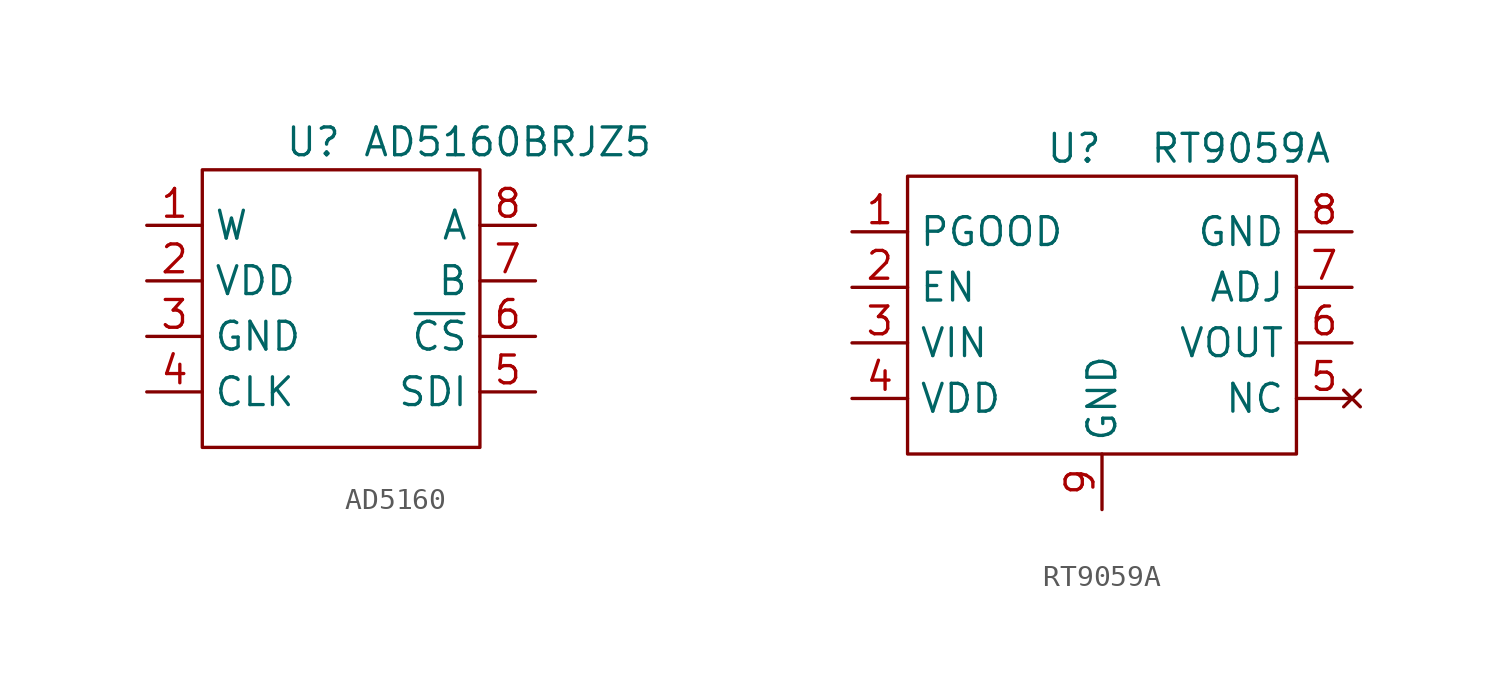
<source format=kicad_sym>
(kicad_symbol_lib
  (version 20220914)
  (generator kicad_symbol_editor)
  (symbol "AD5160"
    (property "Reference" "U"
      (at -1.27 1.27 0)
      (effects (font (size 1.27 1.27))))
    (property "Value" "AD5160BRJZ5"
      (at 7.62 1.27 0)
      (effects (font (size 1.27 1.27))))
    (symbol "AD5160_0_1"
      (rectangle (start -6.35 0) (end 6.35 -12.7) (stroke (width 0) (type default)) (fill (type none))))
    (symbol "AD5160_1_1"
      (pin bidirectional line (at -8.89 -2.54 0) (length 2.54) (name "W" (effects (font (size 1.27 1.27)))) (number "1" (effects (font (size 1.27 1.27)))))
      (pin power_in line (at -8.89 -5.08 0) (length 2.54) (name "VDD" (effects (font (size 1.27 1.27)))) (number "2" (effects (font (size 1.27 1.27)))))
      (pin power_in line (at -8.89 -7.62 0) (length 2.54) (name "GND" (effects (font (size 1.27 1.27)))) (number "3" (effects (font (size 1.27 1.27)))))
      (pin input line (at -8.89 -10.16 0) (length 2.54) (name "CLK" (effects (font (size 1.27 1.27)))) (number "4" (effects (font (size 1.27 1.27)))))
      (pin input line (at 8.89 -10.16 180) (length 2.54) (name "SDI" (effects (font (size 1.27 1.27)))) (number "5" (effects (font (size 1.27 1.27)))))
      (pin input line (at 8.89 -7.62 180) (length 2.54) (name "~{CS}" (effects (font (size 1.27 1.27)))) (number "6" (effects (font (size 1.27 1.27)))))
      (pin bidirectional line (at 8.89 -5.08 180) (length 2.54) (name "B" (effects (font (size 1.27 1.27)))) (number "7" (effects (font (size 1.27 1.27)))))
      (pin bidirectional line (at 8.89 -2.54 180) (length 2.54) (name "A" (effects (font (size 1.27 1.27)))) (number "8" (effects (font (size 1.27 1.27)))))))
  (symbol "RT9059A"
    (property "Reference" "U"
      (at -1.27 1.27 0)
      (effects (font (size 1.27 1.27))))
    (property "Value" "RT9059A"
      (at 6.35 1.27 0)
      (effects (font (size 1.27 1.27))))
    (symbol "RT9059A_0_1"
      (rectangle (start -8.89 0) (end 8.89 -12.7) (stroke (width 0) (type default)) (fill (type none))))
    (symbol "RT9059A_1_1"
      (pin output line (at -11.43 -2.54 0) (length 2.54) (name "PGOOD" (effects (font (size 1.27 1.27)))) (number "1" (effects (font (size 1.27 1.27)))))
      (pin input line (at -11.43 -5.08 0) (length 2.54) (name "EN" (effects (font (size 1.27 1.27)))) (number "2" (effects (font (size 1.27 1.27)))))
      (pin power_in line (at -11.43 -7.62 0) (length 2.54) (name "VIN" (effects (font (size 1.27 1.27)))) (number "3" (effects (font (size 1.27 1.27)))))
      (pin power_in line (at -11.43 -10.16 0) (length 2.54) (name "VDD" (effects (font (size 1.27 1.27)))) (number "4" (effects (font (size 1.27 1.27)))))
      (pin no_connect line (at 11.43 -10.16 180) (length 2.54) (name "NC" (effects (font (size 1.27 1.27)))) (number "5" (effects (font (size 1.27 1.27)))))
      (pin power_out line (at 11.43 -7.62 180) (length 2.54) (name "VOUT" (effects (font (size 1.27 1.27)))) (number "6" (effects (font (size 1.27 1.27)))))
      (pin input line (at 11.43 -5.08 180) (length 2.54) (name "ADJ" (effects (font (size 1.27 1.27)))) (number "7" (effects (font (size 1.27 1.27)))))
      (pin power_in line (at 11.43 -2.54 180) (length 2.54) (name "GND" (effects (font (size 1.27 1.27)))) (number "8" (effects (font (size 1.27 1.27)))))
      (pin power_in line (at 0 -15.24 90) (length 2.54) (name "GND" (effects (font (size 1.27 1.27)))) (number "9" (effects (font (size 1.27 1.27))))))))
</source>
